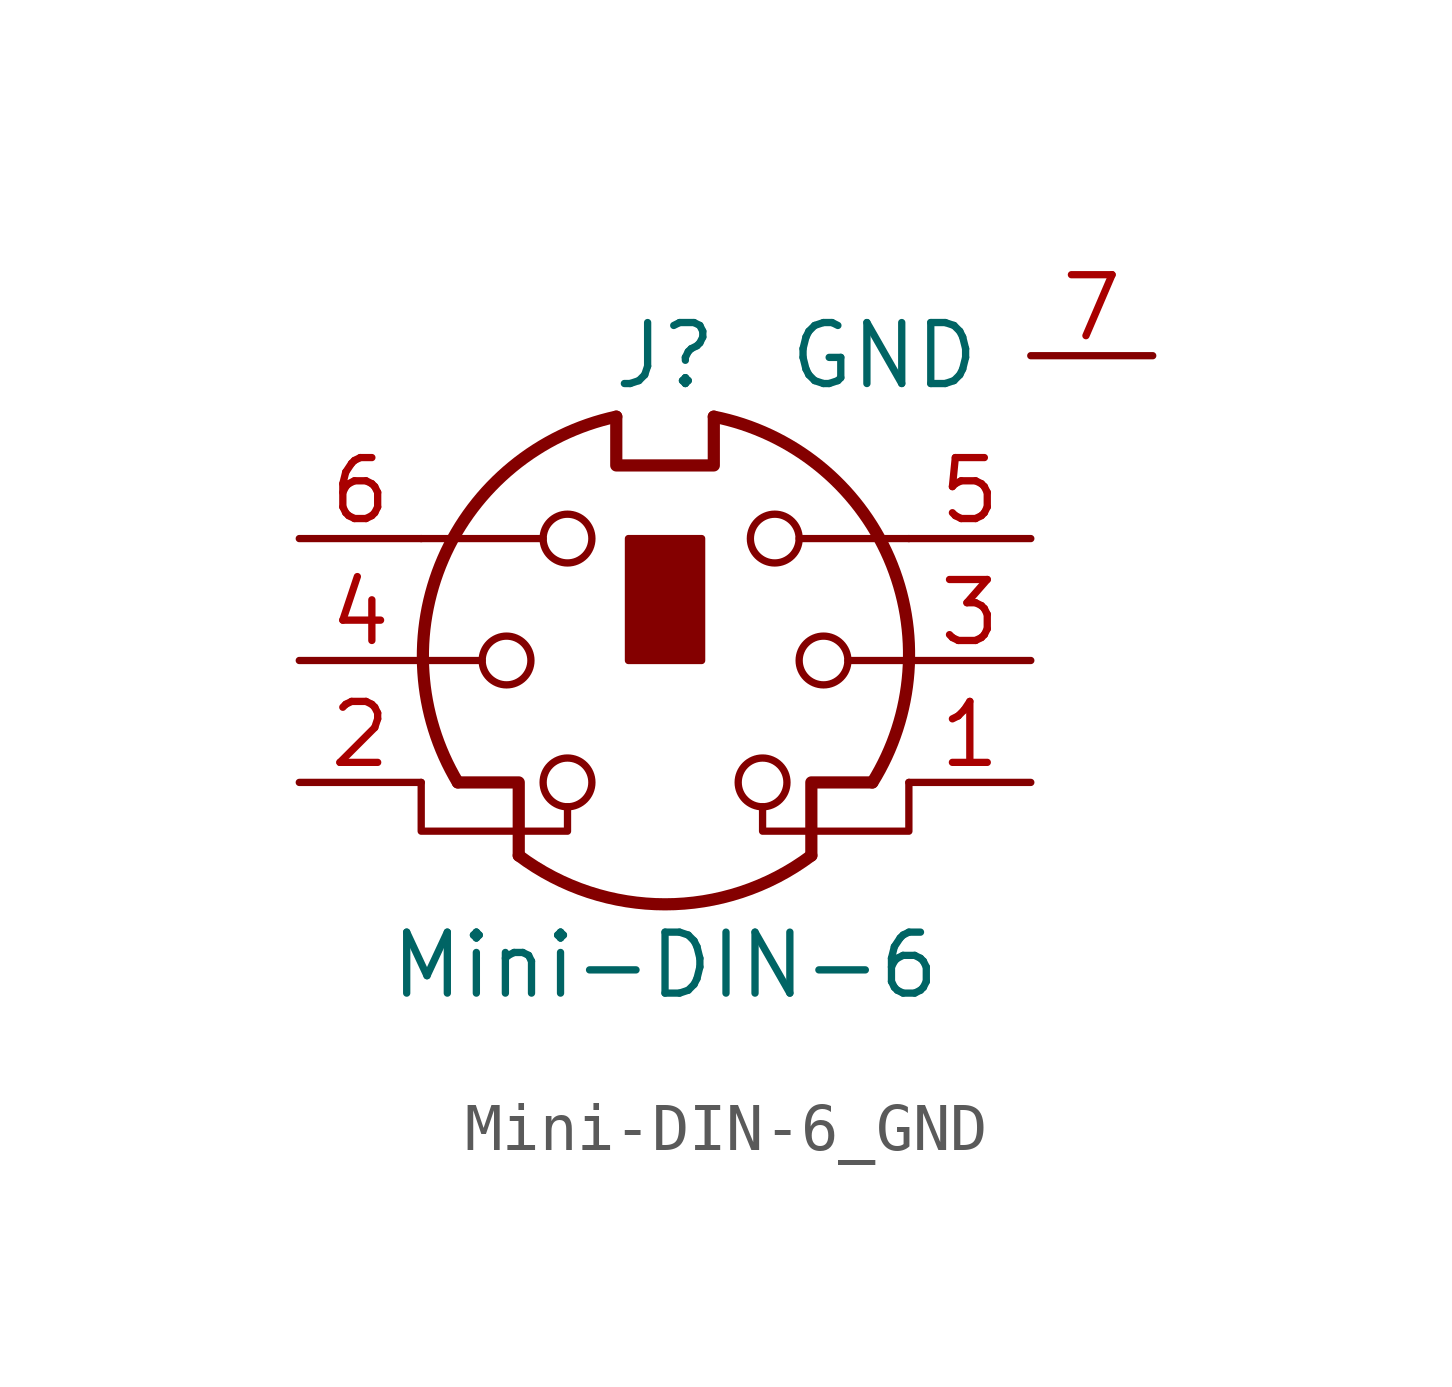
<source format=kicad_sym>
(kicad_symbol_lib
  (version 20220914)
  (generator kicad_symbol_editor)
  (symbol "Mini-DIN-6_GND"
    (pin_names
      (offset 1.016))
    (property "Reference" "J"
      (at 0 6.35 0)
      (effects (font (size 1.27 1.27))))
    (property "Value" "Mini-DIN-6"
      (at 0 -6.35 0)
      (effects (font (size 1.27 1.27))))
    (symbol "Mini-DIN-6_GND_0_1"
      (circle (center -3.302 0) (radius 0.508) (stroke (width 0) (type default)) (fill (type none)))
      (arc (start -3.048 -4.064) (mid 0 -5.08) (end 3.048 -4.064) (stroke (width 0.254) (type default)) (fill (type none)))
      (circle (center -2.032 -2.54) (radius 0.508) (stroke (width 0) (type default)) (fill (type none)))
      (circle (center -2.032 2.54) (radius 0.508) (stroke (width 0) (type default)) (fill (type none)))
      (arc (start -1.016 5.08) (mid -4.6228 2.1214) (end -4.318 -2.54) (stroke (width 0.254) (type default)) (fill (type none)))
      (rectangle (start -0.762 2.54) (end 0.762 0) (stroke (width 0) (type default)) (fill (type outline)))
      (polyline (pts (xy -3.81 0) (xy -5.08 0)) (stroke (width 0) (type default)) (fill (type none)))
      (polyline (pts (xy -2.54 2.54) (xy -5.08 2.54)) (stroke (width 0) (type default)) (fill (type none)))
      (polyline (pts (xy 2.794 2.54) (xy 5.08 2.54)) (stroke (width 0) (type default)) (fill (type none)))
      (polyline (pts (xy 5.08 0) (xy 3.81 0)) (stroke (width 0) (type default)) (fill (type none)))
      (polyline (pts (xy -4.318 -2.54) (xy -3.048 -2.54) (xy -3.048 -4.064)) (stroke (width 0.254) (type default)) (fill (type none)))
      (polyline (pts (xy 4.318 -2.54) (xy 3.048 -2.54) (xy 3.048 -4.064)) (stroke (width 0.254) (type default)) (fill (type none)))
      (polyline (pts (xy -2.032 -3.048) (xy -2.032 -3.556) (xy -5.08 -3.556) (xy -5.08 -2.54)) (stroke (width 0) (type default)) (fill (type none)))
      (polyline (pts (xy -1.016 5.08) (xy -1.016 4.064) (xy 1.016 4.064) (xy 1.016 5.08)) (stroke (width 0.254) (type default)) (fill (type none)))
      (polyline (pts (xy 2.032 -3.048) (xy 2.032 -3.556) (xy 5.08 -3.556) (xy 5.08 -2.54)) (stroke (width 0) (type default)) (fill (type none)))
      (circle (center 2.032 -2.54) (radius 0.508) (stroke (width 0) (type default)) (fill (type none)))
      (circle (center 2.286 2.54) (radius 0.508) (stroke (width 0) (type default)) (fill (type none)))
      (circle (center 3.302 0) (radius 0.508) (stroke (width 0) (type default)) (fill (type none)))
      (arc (start 4.318 -2.54) (mid 4.6661 2.1322) (end 1.016 5.08) (stroke (width 0.254) (type default)) (fill (type none))))
    (symbol "Mini-DIN-6_GND_1_1"
      (pin passive line (at 7.62 -2.54 180) (length 2.54) (name "~" (effects (font (size 1.27 1.27)))) (number "1" (effects (font (size 1.27 1.27)))))
      (pin passive line (at -7.62 -2.54 0) (length 2.54) (name "~" (effects (font (size 1.27 1.27)))) (number "2" (effects (font (size 1.27 1.27)))))
      (pin passive line (at 7.62 0 180) (length 2.54) (name "~" (effects (font (size 1.27 1.27)))) (number "3" (effects (font (size 1.27 1.27)))))
      (pin passive line (at -7.62 0 0) (length 2.54) (name "~" (effects (font (size 1.27 1.27)))) (number "4" (effects (font (size 1.27 1.27)))))
      (pin passive line (at 7.62 2.54 180) (length 2.54) (name "~" (effects (font (size 1.27 1.27)))) (number "5" (effects (font (size 1.27 1.27)))))
      (pin passive line (at -7.62 2.54 0) (length 2.54) (name "~" (effects (font (size 1.27 1.27)))) (number "6" (effects (font (size 1.27 1.27)))))
      (pin power_in line (at 10.16 6.35 180) (length 2.54) (name "GND" (effects (font (size 1.27 1.27)))) (number "7" (effects (font (size 1.27 1.27))))))))
</source>
